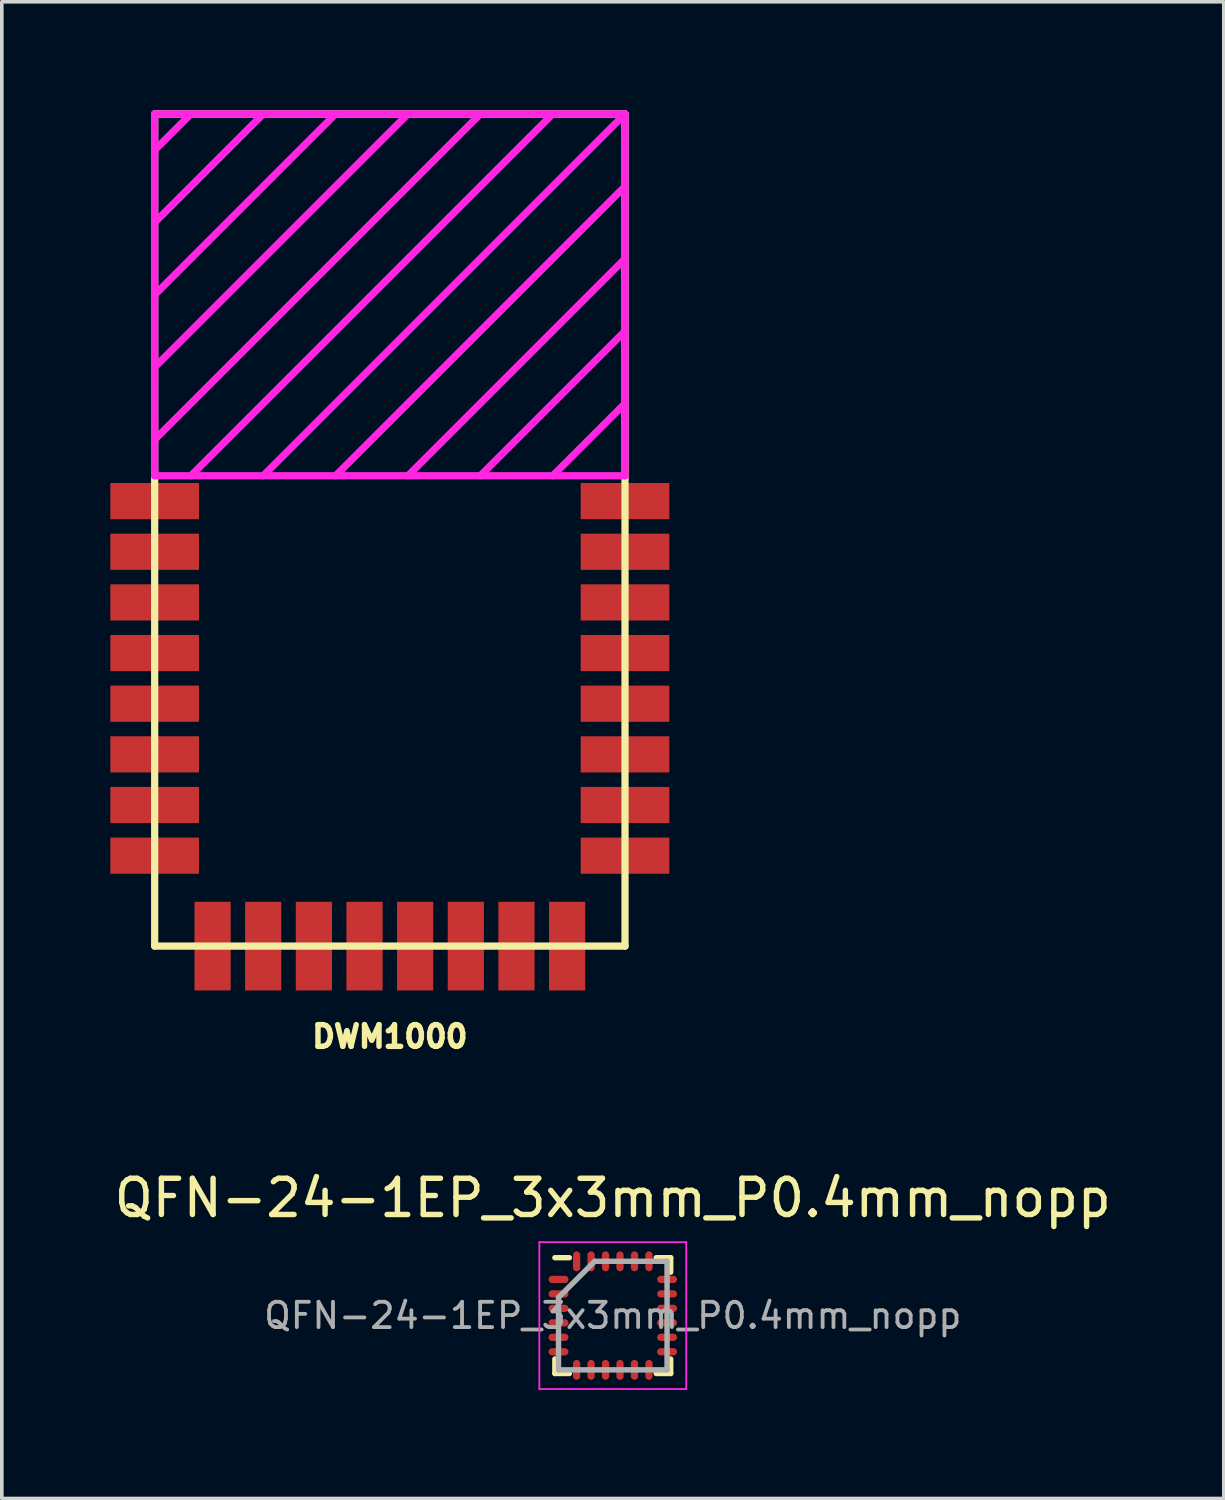
<source format=kicad_pcb>
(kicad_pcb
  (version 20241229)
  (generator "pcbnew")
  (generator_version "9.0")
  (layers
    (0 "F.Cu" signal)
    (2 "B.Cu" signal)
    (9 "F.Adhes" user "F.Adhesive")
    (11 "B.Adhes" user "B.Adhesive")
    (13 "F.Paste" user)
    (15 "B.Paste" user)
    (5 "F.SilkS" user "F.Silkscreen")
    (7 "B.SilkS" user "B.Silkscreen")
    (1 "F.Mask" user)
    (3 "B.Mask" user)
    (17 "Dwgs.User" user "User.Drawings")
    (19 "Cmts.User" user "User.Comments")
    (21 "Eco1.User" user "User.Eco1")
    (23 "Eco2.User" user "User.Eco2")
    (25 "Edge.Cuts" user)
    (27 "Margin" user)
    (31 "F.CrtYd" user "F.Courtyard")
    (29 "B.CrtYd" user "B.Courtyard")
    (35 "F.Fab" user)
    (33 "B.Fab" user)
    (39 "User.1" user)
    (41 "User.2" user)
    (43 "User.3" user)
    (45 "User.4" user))
  (footprint "DWM1000"
    (layer "F.Cu")
    (at 7.725 23.1)
    (property "Reference" "DWM1000" (at 0 2.5 0) (layer "F.SilkS") (effects (font (size 0.6 0.6) (thickness 0.15))))
    (attr through_hole)
    (fp_line (start -6.5 -23) (end -6.5 0) (stroke (width 0.2) (type solid)) (layer "F.SilkS"))
    (fp_line (start -6.5 0) (end 6.5 0) (stroke (width 0.2) (type solid)) (layer "F.SilkS"))
    (fp_line (start 6.5 -23) (end -6.5 -23) (stroke (width 0.2) (type solid)) (layer "F.SilkS"))
    (fp_line (start 6.5 0) (end 6.5 -23) (stroke (width 0.2) (type solid)) (layer "F.SilkS"))
    (fp_line (start -6.5 -23) (end -6.5 -13) (stroke (width 0.2) (type solid)) (layer "F.CrtYd"))
    (fp_line (start -6.5 -22) (end -5.5 -23) (stroke (width 0.2) (type solid)) (layer "F.CrtYd"))
    (fp_line (start -6.5 -20) (end -3.5 -23) (stroke (width 0.2) (type solid)) (layer "F.CrtYd"))
    (fp_line (start -6.5 -18) (end -1.5 -23) (stroke (width 0.2) (type solid)) (layer "F.CrtYd"))
    (fp_line (start -6.5 -16) (end 0.5 -23) (stroke (width 0.2) (type solid)) (layer "F.CrtYd"))
    (fp_line (start -6.5 -14) (end 2.5 -23) (stroke (width 0.2) (type solid)) (layer "F.CrtYd"))
    (fp_line (start -6.5 -13) (end 6.5 -13) (stroke (width 0.2) (type solid)) (layer "F.CrtYd"))
    (fp_line (start -5.5 -13) (end 4.5 -23) (stroke (width 0.2) (type solid)) (layer "F.CrtYd"))
    (fp_line (start -1.5 -13) (end 6.5 -21) (stroke (width 0.2) (type solid)) (layer "F.CrtYd"))
    (fp_line (start 0.5 -13) (end 6.5 -19) (stroke (width 0.2) (type solid)) (layer "F.CrtYd"))
    (fp_line (start 2.5 -13) (end 6.5 -17) (stroke (width 0.2) (type solid)) (layer "F.CrtYd"))
    (fp_line (start 6.5 -23) (end -6.5 -23) (stroke (width 0.2) (type solid)) (layer "F.CrtYd"))
    (fp_line (start 6.5 -23) (end -3.5 -13) (stroke (width 0.2) (type solid)) (layer "F.CrtYd"))
    (fp_line (start 6.5 -15) (end 4.5 -13) (stroke (width 0.2) (type solid)) (layer "F.CrtYd"))
    (fp_line (start 6.5 -13) (end 6.5 -23) (stroke (width 0.2) (type solid)) (layer "F.CrtYd"))
    (pad "1" smd rect (at -6.5 -12.3) (size 2.45 1) (layers "F.Cu" "F.Mask" "F.Paste"))
    (pad "2" smd rect (at -6.5 -10.9) (size 2.45 1) (layers "F.Cu" "F.Mask" "F.Paste"))
    (pad "3" smd rect (at -6.5 -9.5) (size 2.45 1) (layers "F.Cu" "F.Mask" "F.Paste"))
    (pad "4" smd rect (at -6.5 -8.1) (size 2.45 1) (layers "F.Cu" "F.Mask" "F.Paste"))
    (pad "5" smd rect (at -6.5 -6.7) (size 2.45 1) (layers "F.Cu" "F.Mask" "F.Paste"))
    (pad "6" smd rect (at -6.5 -5.3) (size 2.45 1) (layers "F.Cu" "F.Mask" "F.Paste"))
    (pad "7" smd rect (at -6.5 -3.9) (size 2.45 1) (layers "F.Cu" "F.Mask" "F.Paste"))
    (pad "8" smd rect (at -6.5 -2.5) (size 2.45 1) (layers "F.Cu" "F.Mask" "F.Paste"))
    (pad "9" smd rect (at -4.9 0 90) (size 2.45 1) (layers "F.Cu" "F.Mask" "F.Paste"))
    (pad "10" smd rect (at -3.5 0 90) (size 2.45 1) (layers "F.Cu" "F.Mask" "F.Paste"))
    (pad "11" smd rect (at -2.1 0 90) (size 2.45 1) (layers "F.Cu" "F.Mask" "F.Paste"))
    (pad "12" smd rect (at -0.7 0 90) (size 2.45 1) (layers "F.Cu" "F.Mask" "F.Paste"))
    (pad "13" smd rect (at 0.7 0 90) (size 2.45 1) (layers "F.Cu" "F.Mask" "F.Paste"))
    (pad "14" smd rect (at 2.1 0 90) (size 2.45 1) (layers "F.Cu" "F.Mask" "F.Paste"))
    (pad "15" smd rect (at 3.5 0 90) (size 2.45 1) (layers "F.Cu" "F.Mask" "F.Paste"))
    (pad "16" smd rect (at 4.9 0 90) (size 2.45 1) (layers "F.Cu" "F.Mask" "F.Paste"))
    (pad "17" smd rect (at 6.5 -2.5) (size 2.45 1) (layers "F.Cu" "F.Mask" "F.Paste"))
    (pad "18" smd rect (at 6.5 -3.9) (size 2.45 1) (layers "F.Cu" "F.Mask" "F.Paste"))
    (pad "19" smd rect (at 6.5 -5.3) (size 2.45 1) (layers "F.Cu" "F.Mask" "F.Paste"))
    (pad "20" smd rect (at 6.5 -6.7) (size 2.45 1) (layers "F.Cu" "F.Mask" "F.Paste"))
    (pad "21" smd rect (at 6.5 -8.1) (size 2.45 1) (layers "F.Cu" "F.Mask" "F.Paste"))
    (pad "22" smd rect (at 6.5 -9.5) (size 2.45 1) (layers "F.Cu" "F.Mask" "F.Paste"))
    (pad "23" smd rect (at 6.5 -10.9) (size 2.45 1) (layers "F.Cu" "F.Mask" "F.Paste"))
    (pad "24" smd rect (at 6.5 -12.3) (size 2.45 1) (layers "F.Cu" "F.Mask" "F.Paste")))
  (footprint "QFN-24-1EP_3x3mm_P0.4mm_nopp"
    (layer "F.Cu")
    (at 13.887 33.312)
    (property "Reference" "QFN-24-1EP_3x3mm_P0.4mm_nopp" (at 0 -3.25 0) (layer "F.SilkS") (effects (font (size 1 1) (thickness 0.15))))
    (attr smd)
    (fp_line (start -1.6 -1.6) (end -1.2 -1.6) (stroke (width 0.15) (type solid)) (layer "F.SilkS"))
    (fp_line (start -1.6 1.6) (end -1.6 1.2) (stroke (width 0.15) (type solid)) (layer "F.SilkS"))
    (fp_line (start -1.6 1.6) (end -1.2 1.6) (stroke (width 0.15) (type solid)) (layer "F.SilkS"))
    (fp_line (start 1.6 -1.6) (end 1.2 -1.6) (stroke (width 0.15) (type solid)) (layer "F.SilkS"))
    (fp_line (start 1.6 -1.6) (end 1.6 -1.2) (stroke (width 0.15) (type solid)) (layer "F.SilkS"))
    (fp_line (start 1.6 1.6) (end 1.2 1.6) (stroke (width 0.15) (type solid)) (layer "F.SilkS"))
    (fp_line (start 1.6 1.6) (end 1.6 1.2) (stroke (width 0.15) (type solid)) (layer "F.SilkS"))
    (fp_line (start -2.03 -2.03) (end 2.03 -2.03) (stroke (width 0.05) (type solid)) (layer "F.CrtYd"))
    (fp_line (start -2.03 2.03) (end -2.03 -2.03) (stroke (width 0.05) (type solid)) (layer "F.CrtYd"))
    (fp_line (start 2.03 -2.03) (end 2.03 2.03) (stroke (width 0.05) (type solid)) (layer "F.CrtYd"))
    (fp_line (start 2.03 2.03) (end -2.03 2.03) (stroke (width 0.05) (type solid)) (layer "F.CrtYd"))
    (fp_line (start -1.5 -0.5) (end -0.5 -1.5) (stroke (width 0.15) (type solid)) (layer "F.Fab"))
    (fp_line (start -1.5 1.5) (end -1.5 -0.5) (stroke (width 0.15) (type solid)) (layer "F.Fab"))
    (fp_line (start -0.5 -1.5) (end 1.5 -1.5) (stroke (width 0.15) (type solid)) (layer "F.Fab"))
    (fp_line (start 1.5 -1.5) (end 1.5 1.5) (stroke (width 0.15) (type solid)) (layer "F.Fab"))
    (fp_line (start 1.5 1.5) (end -1.5 1.5) (stroke (width 0.15) (type solid)) (layer "F.Fab"))
    (fp_text user "${REFERENCE}" (at 0 0 0) (layer "F.Fab") (effects (font (size 0.7 0.7) (thickness 0.105))))
    (pad "1" smd oval (at -1.5 -1) (size 0.55 0.2) (layers "F.Cu" "F.Mask" "F.Paste"))
    (pad "2" smd oval (at -1.5 -0.6) (size 0.55 0.2) (layers "F.Cu" "F.Mask" "F.Paste"))
    (pad "3" smd oval (at -1.5 -0.2) (size 0.55 0.2) (layers "F.Cu" "F.Mask" "F.Paste"))
    (pad "4" smd oval (at -1.5 0.2) (size 0.55 0.2) (layers "F.Cu" "F.Mask" "F.Paste"))
    (pad "5" smd oval (at -1.5 0.6) (size 0.55 0.2) (layers "F.Cu" "F.Mask" "F.Paste"))
    (pad "6" smd oval (at -1.5 1) (size 0.55 0.2) (layers "F.Cu" "F.Mask" "F.Paste"))
    (pad "7" smd oval (at -1 1.5 90) (size 0.55 0.2) (layers "F.Cu" "F.Mask" "F.Paste"))
    (pad "8" smd oval (at -0.6 1.5 90) (size 0.55 0.2) (layers "F.Cu" "F.Mask" "F.Paste"))
    (pad "9" smd oval (at -0.2 1.5 90) (size 0.55 0.2) (layers "F.Cu" "F.Mask" "F.Paste"))
    (pad "10" smd oval (at 0.2 1.5 90) (size 0.55 0.2) (layers "F.Cu" "F.Mask" "F.Paste"))
    (pad "11" smd oval (at 0.6 1.5 90) (size 0.55 0.2) (layers "F.Cu" "F.Mask" "F.Paste"))
    (pad "12" smd oval (at 1 1.5 90) (size 0.55 0.2) (layers "F.Cu" "F.Mask" "F.Paste"))
    (pad "13" smd oval (at 1.5 1) (size 0.55 0.2) (layers "F.Cu" "F.Mask" "F.Paste"))
    (pad "14" smd oval (at 1.5 0.6) (size 0.55 0.2) (layers "F.Cu" "F.Mask" "F.Paste"))
    (pad "15" smd oval (at 1.5 0.2) (size 0.55 0.2) (layers "F.Cu" "F.Mask" "F.Paste"))
    (pad "16" smd oval (at 1.5 -0.2) (size 0.55 0.2) (layers "F.Cu" "F.Mask" "F.Paste"))
    (pad "17" smd oval (at 1.5 -0.6) (size 0.55 0.2) (layers "F.Cu" "F.Mask" "F.Paste"))
    (pad "18" smd oval (at 1.5 -1) (size 0.55 0.2) (layers "F.Cu" "F.Mask" "F.Paste"))
    (pad "19" smd oval (at 1 -1.5 90) (size 0.55 0.2) (layers "F.Cu" "F.Mask" "F.Paste"))
    (pad "20" smd oval (at 0.6 -1.5 90) (size 0.55 0.2) (layers "F.Cu" "F.Mask" "F.Paste"))
    (pad "21" smd oval (at 0.2 -1.5 90) (size 0.55 0.2) (layers "F.Cu" "F.Mask" "F.Paste"))
    (pad "22" smd oval (at -0.2 -1.5 90) (size 0.55 0.2) (layers "F.Cu" "F.Mask" "F.Paste"))
    (pad "23" smd oval (at -0.6 -1.5 90) (size 0.55 0.2) (layers "F.Cu" "F.Mask" "F.Paste"))
    (pad "24" smd oval (at -1 -1.5 90) (size 0.55 0.2) (layers "F.Cu" "F.Mask" "F.Paste")))
  (gr_rect
    (start -3 -3)
    (end 30.774 38.367)
    (stroke (width 0.1) (type default))
    (fill no)
    (layer "Edge.Cuts")))
</source>
